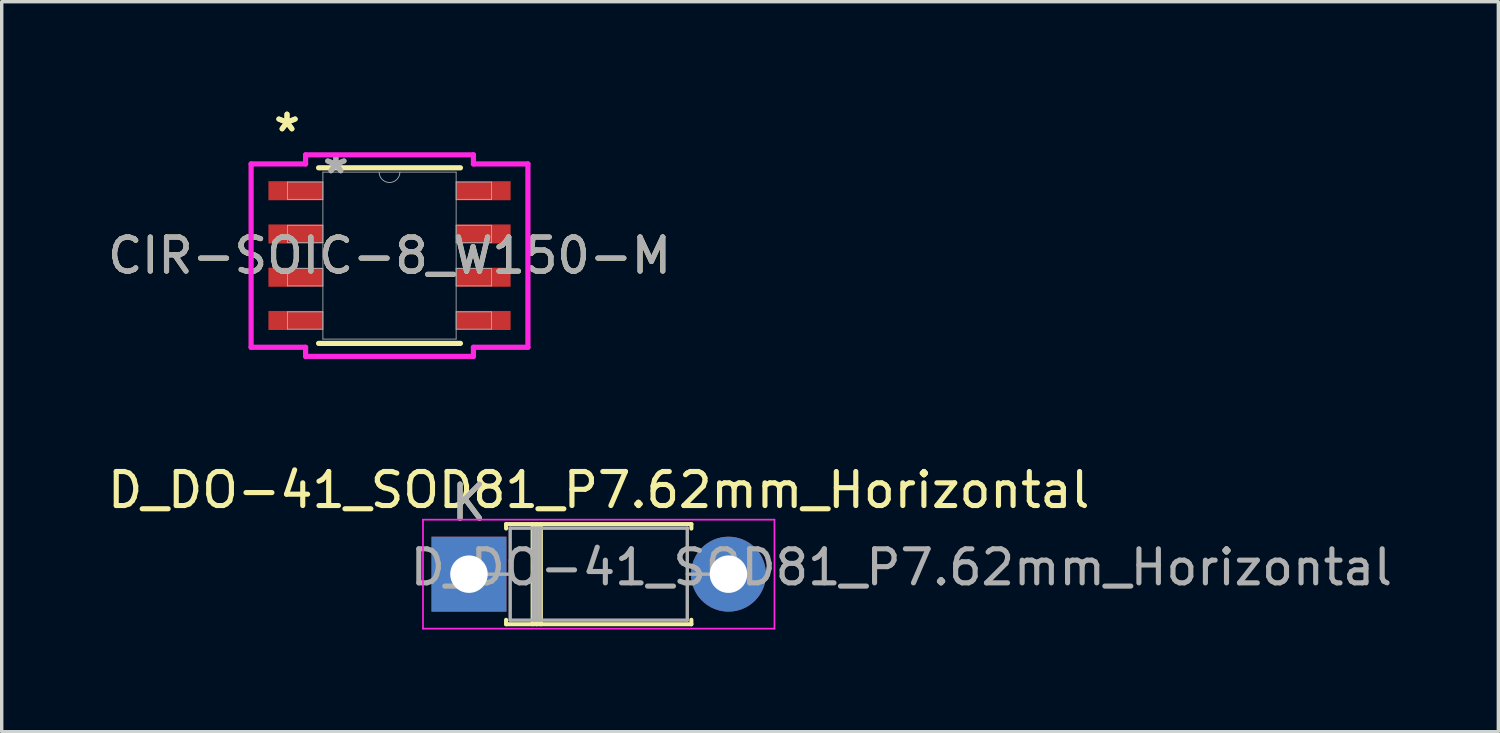
<source format=kicad_pcb>
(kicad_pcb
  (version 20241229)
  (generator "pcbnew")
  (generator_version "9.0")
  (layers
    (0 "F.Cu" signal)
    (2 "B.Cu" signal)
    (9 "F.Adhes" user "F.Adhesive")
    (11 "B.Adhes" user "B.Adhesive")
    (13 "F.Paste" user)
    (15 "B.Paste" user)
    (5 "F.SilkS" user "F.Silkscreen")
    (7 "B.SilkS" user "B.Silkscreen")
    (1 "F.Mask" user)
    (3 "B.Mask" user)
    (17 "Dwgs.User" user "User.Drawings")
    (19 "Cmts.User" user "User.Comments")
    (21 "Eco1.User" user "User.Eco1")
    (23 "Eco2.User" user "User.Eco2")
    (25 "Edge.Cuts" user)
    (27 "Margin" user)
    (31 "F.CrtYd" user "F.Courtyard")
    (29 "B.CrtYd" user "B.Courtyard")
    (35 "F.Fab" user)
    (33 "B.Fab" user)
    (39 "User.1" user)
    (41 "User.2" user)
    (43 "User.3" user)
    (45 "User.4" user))
  (footprint "D_DO-41_SOD81_P7.62mm_Horizontal"
    (layer "F.Cu")
    (at 14.485 13.809)
    (property "Reference" "D_DO-41_SOD81_P7.62mm_Horizontal" (at 0.045 -2.47 0) (layer "F.SilkS") (effects (font (size 1 1) (thickness 0.15))))
    (attr through_hole)
    (fp_line (start -2.675 -1.47) (end 2.765 -1.47) (stroke (width 0.12) (type solid)) (layer "F.SilkS"))
    (fp_line (start -2.675 -1.34) (end -2.675 -1.47) (stroke (width 0.12) (type solid)) (layer "F.SilkS"))
    (fp_line (start -2.675 1.34) (end -2.675 1.47) (stroke (width 0.12) (type solid)) (layer "F.SilkS"))
    (fp_line (start -2.675 1.47) (end 2.765 1.47) (stroke (width 0.12) (type solid)) (layer "F.SilkS"))
    (fp_line (start -1.895 -1.47) (end -1.895 1.47) (stroke (width 0.12) (type solid)) (layer "F.SilkS"))
    (fp_line (start -1.775 -1.47) (end -1.775 1.47) (stroke (width 0.12) (type solid)) (layer "F.SilkS"))
    (fp_line (start -1.655 -1.47) (end -1.655 1.47) (stroke (width 0.12) (type solid)) (layer "F.SilkS"))
    (fp_line (start 2.765 -1.47) (end 2.765 -1.34) (stroke (width 0.12) (type solid)) (layer "F.SilkS"))
    (fp_line (start 2.765 1.47) (end 2.765 1.34) (stroke (width 0.12) (type solid)) (layer "F.SilkS"))
    (fp_line (start -5.115 -1.6) (end -5.115 1.6) (stroke (width 0.05) (type solid)) (layer "F.CrtYd"))
    (fp_line (start -5.115 1.6) (end 5.205 1.6) (stroke (width 0.05) (type solid)) (layer "F.CrtYd"))
    (fp_line (start 5.205 -1.6) (end -5.115 -1.6) (stroke (width 0.05) (type solid)) (layer "F.CrtYd"))
    (fp_line (start 5.205 1.6) (end 5.205 -1.6) (stroke (width 0.05) (type solid)) (layer "F.CrtYd"))
    (fp_line (start -3.765 0) (end -2.555 0) (stroke (width 0.1) (type solid)) (layer "F.Fab"))
    (fp_line (start -2.555 -1.35) (end -2.555 1.35) (stroke (width 0.1) (type solid)) (layer "F.Fab"))
    (fp_line (start -2.555 1.35) (end 2.645 1.35) (stroke (width 0.1) (type solid)) (layer "F.Fab"))
    (fp_line (start -1.875 -1.35) (end -1.875 1.35) (stroke (width 0.1) (type solid)) (layer "F.Fab"))
    (fp_line (start -1.775 -1.35) (end -1.775 1.35) (stroke (width 0.1) (type solid)) (layer "F.Fab"))
    (fp_line (start -1.675 -1.35) (end -1.675 1.35) (stroke (width 0.1) (type solid)) (layer "F.Fab"))
    (fp_line (start 2.645 -1.35) (end -2.555 -1.35) (stroke (width 0.1) (type solid)) (layer "F.Fab"))
    (fp_line (start 2.645 1.35) (end 2.645 -1.35) (stroke (width 0.1) (type solid)) (layer "F.Fab"))
    (fp_line (start 3.855 0) (end 2.645 0) (stroke (width 0.1) (type solid)) (layer "F.Fab"))
    (fp_text user "K" (at -3.765 -2.1 0) (layer "F.SilkS") (effects (font (size 1 1) (thickness 0.15))))
    (fp_text user "${REFERENCE}" (at 8.93 -0.2 0) (layer "F.Fab") (effects (font (size 1 1) (thickness 0.15))))
    (fp_text user "K" (at -3.765 -2.1 0) (layer "F.Fab") (effects (font (size 1 1) (thickness 0.15))))
    (pad "1" thru_hole rect (at -3.765 0) (size 2.2 2.2) (drill 1.1) (layers "*.Cu" "*.Mask"))
    (pad "2" thru_hole oval (at 3.855 0) (size 2.2 2.2) (drill 1.1) (layers "*.Cu" "*.Mask")))
  (footprint "CIR-SOIC-8_W150-M"
    (layer "F.Cu")
    (at 8.387 4.455)
    (property "Reference" "CIR-SOIC-8_W150-M" (at 0 0 0) (unlocked yes) (layer "F.SilkS") (effects (font (size 1 1) (thickness 0.15))))
    (attr smd)
    (fp_line (start -2.083 2.578) (end 2.083 2.578) (stroke (width 0.152) (type solid)) (layer "F.SilkS"))
    (fp_line (start 2.083 -2.578) (end -2.083 -2.578) (stroke (width 0.152) (type solid)) (layer "F.SilkS"))
    (fp_line (start -4.064 -2.692) (end -2.464 -2.692) (stroke (width 0.152) (type solid)) (layer "F.CrtYd"))
    (fp_line (start -4.064 2.692) (end -4.064 -2.692) (stroke (width 0.152) (type solid)) (layer "F.CrtYd"))
    (fp_line (start -4.064 2.692) (end -2.464 2.692) (stroke (width 0.152) (type solid)) (layer "F.CrtYd"))
    (fp_line (start -2.464 -2.959) (end 2.464 -2.959) (stroke (width 0.152) (type solid)) (layer "F.CrtYd"))
    (fp_line (start -2.464 -2.692) (end -2.464 -2.959) (stroke (width 0.152) (type solid)) (layer "F.CrtYd"))
    (fp_line (start -2.464 2.959) (end -2.464 2.692) (stroke (width 0.152) (type solid)) (layer "F.CrtYd"))
    (fp_line (start 2.464 -2.959) (end 2.464 -2.692) (stroke (width 0.152) (type solid)) (layer "F.CrtYd"))
    (fp_line (start 2.464 2.692) (end 2.464 2.959) (stroke (width 0.152) (type solid)) (layer "F.CrtYd"))
    (fp_line (start 2.464 2.959) (end -2.464 2.959) (stroke (width 0.152) (type solid)) (layer "F.CrtYd"))
    (fp_line (start 4.064 -2.692) (end 2.464 -2.692) (stroke (width 0.152) (type solid)) (layer "F.CrtYd"))
    (fp_line (start 4.064 -2.692) (end 4.064 2.692) (stroke (width 0.152) (type solid)) (layer "F.CrtYd"))
    (fp_line (start 4.064 2.692) (end 2.464 2.692) (stroke (width 0.152) (type solid)) (layer "F.CrtYd"))
    (fp_line (start -2.997 -2.159) (end -2.997 -1.651) (stroke (width 0.025) (type solid)) (layer "F.Fab"))
    (fp_line (start -2.997 -1.651) (end -1.956 -1.651) (stroke (width 0.025) (type solid)) (layer "F.Fab"))
    (fp_line (start -2.997 -0.889) (end -2.997 -0.381) (stroke (width 0.025) (type solid)) (layer "F.Fab"))
    (fp_line (start -2.997 -0.381) (end -1.956 -0.381) (stroke (width 0.025) (type solid)) (layer "F.Fab"))
    (fp_line (start -2.997 0.381) (end -2.997 0.889) (stroke (width 0.025) (type solid)) (layer "F.Fab"))
    (fp_line (start -2.997 0.889) (end -1.956 0.889) (stroke (width 0.025) (type solid)) (layer "F.Fab"))
    (fp_line (start -2.997 1.651) (end -2.997 2.159) (stroke (width 0.025) (type solid)) (layer "F.Fab"))
    (fp_line (start -2.997 2.159) (end -1.956 2.159) (stroke (width 0.025) (type solid)) (layer "F.Fab"))
    (fp_line (start -1.956 -2.451) (end -1.956 2.451) (stroke (width 0.025) (type solid)) (layer "F.Fab"))
    (fp_line (start -1.956 -2.159) (end -2.997 -2.159) (stroke (width 0.025) (type solid)) (layer "F.Fab"))
    (fp_line (start -1.956 -1.651) (end -1.956 -2.159) (stroke (width 0.025) (type solid)) (layer "F.Fab"))
    (fp_line (start -1.956 -0.889) (end -2.997 -0.889) (stroke (width 0.025) (type solid)) (layer "F.Fab"))
    (fp_line (start -1.956 -0.381) (end -1.956 -0.889) (stroke (width 0.025) (type solid)) (layer "F.Fab"))
    (fp_line (start -1.956 0.381) (end -2.997 0.381) (stroke (width 0.025) (type solid)) (layer "F.Fab"))
    (fp_line (start -1.956 0.889) (end -1.956 0.381) (stroke (width 0.025) (type solid)) (layer "F.Fab"))
    (fp_line (start -1.956 1.651) (end -2.997 1.651) (stroke (width 0.025) (type solid)) (layer "F.Fab"))
    (fp_line (start -1.956 2.159) (end -1.956 1.651) (stroke (width 0.025) (type solid)) (layer "F.Fab"))
    (fp_line (start -1.956 2.451) (end 1.956 2.451) (stroke (width 0.025) (type solid)) (layer "F.Fab"))
    (fp_line (start 1.956 -2.451) (end -1.956 -2.451) (stroke (width 0.025) (type solid)) (layer "F.Fab"))
    (fp_line (start 1.956 -2.159) (end 1.956 -1.651) (stroke (width 0.025) (type solid)) (layer "F.Fab"))
    (fp_line (start 1.956 -1.651) (end 2.997 -1.651) (stroke (width 0.025) (type solid)) (layer "F.Fab"))
    (fp_line (start 1.956 -0.889) (end 1.956 -0.381) (stroke (width 0.025) (type solid)) (layer "F.Fab"))
    (fp_line (start 1.956 -0.381) (end 2.997 -0.381) (stroke (width 0.025) (type solid)) (layer "F.Fab"))
    (fp_line (start 1.956 0.381) (end 1.956 0.889) (stroke (width 0.025) (type solid)) (layer "F.Fab"))
    (fp_line (start 1.956 0.889) (end 2.997 0.889) (stroke (width 0.025) (type solid)) (layer "F.Fab"))
    (fp_line (start 1.956 1.651) (end 1.956 2.159) (stroke (width 0.025) (type solid)) (layer "F.Fab"))
    (fp_line (start 1.956 2.159) (end 2.997 2.159) (stroke (width 0.025) (type solid)) (layer "F.Fab"))
    (fp_line (start 1.956 2.451) (end 1.956 -2.451) (stroke (width 0.025) (type solid)) (layer "F.Fab"))
    (fp_line (start 2.997 -2.159) (end 1.956 -2.159) (stroke (width 0.025) (type solid)) (layer "F.Fab"))
    (fp_line (start 2.997 -1.651) (end 2.997 -2.159) (stroke (width 0.025) (type solid)) (layer "F.Fab"))
    (fp_line (start 2.997 -0.889) (end 1.956 -0.889) (stroke (width 0.025) (type solid)) (layer "F.Fab"))
    (fp_line (start 2.997 -0.381) (end 2.997 -0.889) (stroke (width 0.025) (type solid)) (layer "F.Fab"))
    (fp_line (start 2.997 0.381) (end 1.956 0.381) (stroke (width 0.025) (type solid)) (layer "F.Fab"))
    (fp_line (start 2.997 0.889) (end 2.997 0.381) (stroke (width 0.025) (type solid)) (layer "F.Fab"))
    (fp_line (start 2.997 1.651) (end 1.956 1.651) (stroke (width 0.025) (type solid)) (layer "F.Fab"))
    (fp_line (start 2.997 2.159) (end 2.997 1.651) (stroke (width 0.025) (type solid)) (layer "F.Fab"))
    (fp_arc (start 0.3048 -2.4511) (mid 0 -2.1463) (end -0.3048 -2.4511) (stroke (width 0.0254) (type solid)) (layer "F.Fab"))
    (fp_text user "*" (at -3.01 -3.607 0) (layer "F.SilkS") (effects (font (size 1 1) (thickness 0.15))))
    (fp_text user "*" (at -3.01 -3.607 0) (unlocked yes) (layer "F.SilkS") (effects (font (size 1 1) (thickness 0.15))))
    (fp_text user "${REFERENCE}" (at 0 0 0) (unlocked yes) (layer "F.Fab") (effects (font (size 1 1) (thickness 0.15))))
    (fp_text user "*" (at -1.575 -2.375 0) (layer "F.Fab") (effects (font (size 1 1) (thickness 0.15))))
    (fp_text user "*" (at -1.575 -2.375 0) (unlocked yes) (layer "F.Fab") (effects (font (size 1 1) (thickness 0.15))))
    (pad "1" smd rect (at -2.756 -1.905) (size 1.6 0.559) (layers "F.Cu" "F.Mask" "F.Paste"))
    (pad "2" smd rect (at -2.756 -0.635) (size 1.6 0.559) (layers "F.Cu" "F.Mask" "F.Paste"))
    (pad "3" smd rect (at -2.756 0.635) (size 1.6 0.559) (layers "F.Cu" "F.Mask" "F.Paste"))
    (pad "4" smd rect (at -2.756 1.905) (size 1.6 0.559) (layers "F.Cu" "F.Mask" "F.Paste"))
    (pad "5" smd rect (at 2.756 1.905) (size 1.6 0.559) (layers "F.Cu" "F.Mask" "F.Paste"))
    (pad "6" smd rect (at 2.756 0.635) (size 1.6 0.559) (layers "F.Cu" "F.Mask" "F.Paste"))
    (pad "7" smd rect (at 2.756 -0.635) (size 1.6 0.559) (layers "F.Cu" "F.Mask" "F.Paste"))
    (pad "8" smd rect (at 2.756 -1.905) (size 1.6 0.559) (layers "F.Cu" "F.Mask" "F.Paste")))
  (gr_rect
    (start -3 -3)
    (end 40.945 18.434)
    (stroke (width 0.1) (type default))
    (fill no)
    (layer "Edge.Cuts")))
</source>
